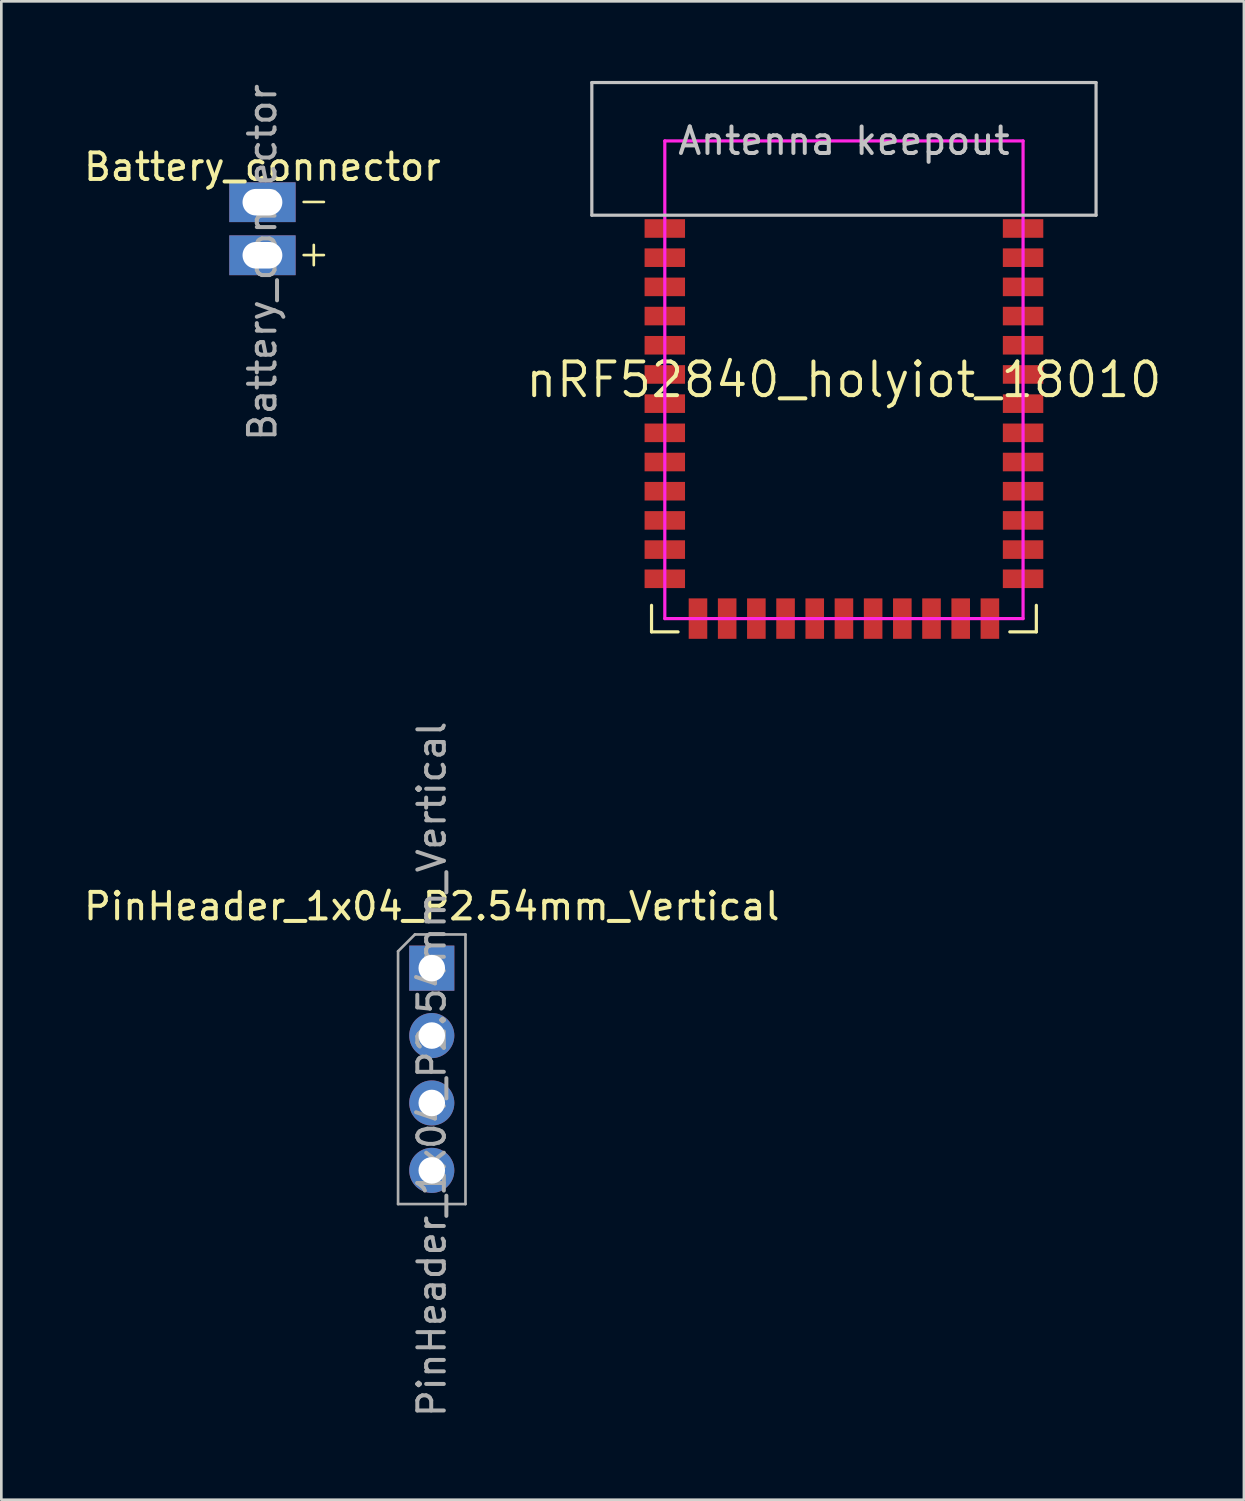
<source format=kicad_pcb>
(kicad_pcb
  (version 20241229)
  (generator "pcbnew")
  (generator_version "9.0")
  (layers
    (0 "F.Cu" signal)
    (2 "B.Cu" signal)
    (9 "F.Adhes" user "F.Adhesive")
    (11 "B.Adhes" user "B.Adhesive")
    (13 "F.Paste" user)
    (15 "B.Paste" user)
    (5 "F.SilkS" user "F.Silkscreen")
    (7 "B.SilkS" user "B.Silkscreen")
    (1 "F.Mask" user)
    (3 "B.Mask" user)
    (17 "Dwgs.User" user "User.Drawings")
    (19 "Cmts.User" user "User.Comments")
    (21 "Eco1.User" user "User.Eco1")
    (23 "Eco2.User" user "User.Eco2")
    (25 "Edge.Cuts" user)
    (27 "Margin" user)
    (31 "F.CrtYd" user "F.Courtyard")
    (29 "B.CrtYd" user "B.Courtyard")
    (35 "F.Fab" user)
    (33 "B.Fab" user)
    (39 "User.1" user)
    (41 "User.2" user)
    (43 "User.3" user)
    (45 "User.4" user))
  (footprint "nRF52840_holyiot_18010"
    (layer "F.Cu")
    (at 28.751 11.26)
    (property "Reference" "nRF52840_holyiot_18010" (at 0 0 0) (layer "F.SilkS") (effects (font (size 1.27 1.27) (thickness 0.15))))
    (attr through_hole exclude_from_pos_files exclude_from_bom)
    (fp_line (start -7.25 8.5) (end -7.25 9.5) (stroke (width 0.12) (type solid)) (layer "F.SilkS"))
    (fp_line (start -6.25 9.5) (end -7.25 9.5) (stroke (width 0.12) (type solid)) (layer "F.SilkS"))
    (fp_line (start 6.25 9.5) (end 7.25 9.5) (stroke (width 0.12) (type solid)) (layer "F.SilkS"))
    (fp_line (start 7.25 8.5) (end 7.25 9.5) (stroke (width 0.12) (type solid)) (layer "F.SilkS"))
    (fp_line (start -9.5 -11.2) (end 9.5 -11.2) (stroke (width 0.12) (type solid)) (layer "Dwgs.User"))
    (fp_line (start -9.5 -6.2) (end -9.5 -11.2) (stroke (width 0.12) (type solid)) (layer "Dwgs.User"))
    (fp_line (start 9.5 -11.2) (end 9.5 -6.2) (stroke (width 0.12) (type solid)) (layer "Dwgs.User"))
    (fp_line (start 9.5 -6.2) (end -9.5 -6.2) (stroke (width 0.12) (type solid)) (layer "Dwgs.User"))
    (fp_line (start -6.75 -9) (end 6.75 -9) (stroke (width 0.12) (type solid)) (layer "F.CrtYd"))
    (fp_line (start -6.75 9) (end -6.75 -9) (stroke (width 0.12) (type solid)) (layer "F.CrtYd"))
    (fp_line (start 6.75 -9) (end 6.75 9) (stroke (width 0.12) (type solid)) (layer "F.CrtYd"))
    (fp_line (start 6.75 9) (end -6.75 9) (stroke (width 0.12) (type solid)) (layer "F.CrtYd"))
    (fp_text user "Antenna keepout" (at 0 -9 180) (layer "Dwgs.User") (effects (font (size 1 1) (thickness 0.15))))
    (pad "1" smd rect (at -6.75 -5.7) (size 1.524 0.7) (layers "F.Cu" "F.Mask" "F.Paste"))
    (pad "2" smd rect (at -6.75 -4.6) (size 1.524 0.7) (layers "F.Cu" "F.Mask" "F.Paste"))
    (pad "3" smd rect (at -6.75 -3.5) (size 1.524 0.7) (layers "F.Cu" "F.Mask" "F.Paste"))
    (pad "4" smd rect (at -6.75 -2.4) (size 1.524 0.7) (layers "F.Cu" "F.Mask" "F.Paste"))
    (pad "5" smd rect (at -6.75 -1.3) (size 1.524 0.7) (layers "F.Cu" "F.Mask" "F.Paste"))
    (pad "6" smd rect (at -6.75 -0.2) (size 1.524 0.7) (layers "F.Cu" "F.Mask" "F.Paste"))
    (pad "7" smd rect (at -6.75 0.9) (size 1.524 0.7) (layers "F.Cu" "F.Mask" "F.Paste"))
    (pad "8" smd rect (at -6.75 2) (size 1.524 0.7) (layers "F.Cu" "F.Mask" "F.Paste"))
    (pad "9" smd rect (at -6.75 3.1) (size 1.524 0.7) (layers "F.Cu" "F.Mask" "F.Paste"))
    (pad "10" smd rect (at -6.75 4.2) (size 1.524 0.7) (layers "F.Cu" "F.Mask" "F.Paste"))
    (pad "11" smd rect (at -6.75 5.3) (size 1.524 0.7) (layers "F.Cu" "F.Mask" "F.Paste"))
    (pad "12" smd rect (at -6.75 6.4) (size 1.524 0.7) (layers "F.Cu" "F.Mask" "F.Paste"))
    (pad "13" smd rect (at -6.75 7.5) (size 1.524 0.7) (layers "F.Cu" "F.Mask" "F.Paste"))
    (pad "14" smd rect (at -5.5 9 90) (size 1.524 0.7) (layers "F.Cu" "F.Mask" "F.Paste"))
    (pad "15" smd rect (at -4.4 9 90) (size 1.524 0.7) (layers "F.Cu" "F.Mask" "F.Paste"))
    (pad "16" smd rect (at -3.3 9 90) (size 1.524 0.7) (layers "F.Cu" "F.Mask" "F.Paste"))
    (pad "17" smd rect (at -2.2 9 90) (size 1.524 0.7) (layers "F.Cu" "F.Mask" "F.Paste"))
    (pad "18" smd rect (at -1.1 9 90) (size 1.524 0.7) (layers "F.Cu" "F.Mask" "F.Paste"))
    (pad "19" smd rect (at 0 9 90) (size 1.524 0.7) (layers "F.Cu" "F.Mask" "F.Paste"))
    (pad "20" smd rect (at 1.1 9 90) (size 1.524 0.7) (layers "F.Cu" "F.Mask" "F.Paste"))
    (pad "21" smd rect (at 2.2 9 90) (size 1.524 0.7) (layers "F.Cu" "F.Mask" "F.Paste"))
    (pad "22" smd rect (at 3.3 9 90) (size 1.524 0.7) (layers "F.Cu" "F.Mask" "F.Paste"))
    (pad "23" smd rect (at 4.4 9 90) (size 1.524 0.7) (layers "F.Cu" "F.Mask" "F.Paste"))
    (pad "24" smd rect (at 5.5 9 90) (size 1.524 0.7) (layers "F.Cu" "F.Mask" "F.Paste"))
    (pad "25" smd rect (at 6.75 7.5 180) (size 1.524 0.7) (layers "F.Cu" "F.Mask" "F.Paste"))
    (pad "26" smd rect (at 6.75 6.4 180) (size 1.524 0.7) (layers "F.Cu" "F.Mask" "F.Paste"))
    (pad "27" smd rect (at 6.75 5.3 180) (size 1.524 0.7) (layers "F.Cu" "F.Mask" "F.Paste"))
    (pad "28" smd rect (at 6.75 4.2 180) (size 1.524 0.7) (layers "F.Cu" "F.Mask" "F.Paste"))
    (pad "29" smd rect (at 6.75 3.1 180) (size 1.524 0.7) (layers "F.Cu" "F.Mask" "F.Paste"))
    (pad "30" smd rect (at 6.75 2 180) (size 1.524 0.7) (layers "F.Cu" "F.Mask" "F.Paste"))
    (pad "31" smd rect (at 6.75 0.9 180) (size 1.524 0.7) (layers "F.Cu" "F.Mask" "F.Paste"))
    (pad "32" smd rect (at 6.75 -0.2 180) (size 1.524 0.7) (layers "F.Cu" "F.Mask" "F.Paste"))
    (pad "33" smd rect (at 6.75 -1.3 180) (size 1.524 0.7) (layers "F.Cu" "F.Mask" "F.Paste"))
    (pad "34" smd rect (at 6.75 -2.4 180) (size 1.524 0.7) (layers "F.Cu" "F.Mask" "F.Paste"))
    (pad "35" smd rect (at 6.75 -3.5 180) (size 1.524 0.7) (layers "F.Cu" "F.Mask" "F.Paste"))
    (pad "36" smd rect (at 6.75 -4.6 180) (size 1.524 0.7) (layers "F.Cu" "F.Mask" "F.Paste"))
    (pad "37" smd rect (at 6.75 -5.7 180) (size 1.524 0.7) (layers "F.Cu" "F.Mask" "F.Paste"))
    (zone (net_name "") (layers "F.Cu" "B.Cu") (name "holyiot-keepout") (hatch edge 0.508) (connect_pads) (min_thickness 0.254) (filled_areas_thickness no) (keepout (tracks not_allowed) (vias not_allowed) (pads not_allowed) (copperpour not_allowed) (footprints not_allowed)) (placement (enabled no)) (fill) (polygon (pts (xy 19.251 0.06) (xy 38.251 0.06) (xy 38.251 5.06) (xy 19.251 5.06)))))
  (footprint "Battery_connector"
    (layer "F.Cu")
    (at 6.839 5.569)
    (property "Reference" "Battery_connector" (at 0 -2.33 0) (layer "F.SilkS") (effects (font (size 1 1) (thickness 0.15))))
    (attr through_hole)
    (fp_text user "-" (at 1.25 -0.5 0) (unlocked yes) (layer "F.SilkS") (effects (font (size 1 1) (thickness 0.1)) (justify left bottom)))
    (fp_text user "+" (at 1.25 1.5 0) (unlocked yes) (layer "F.SilkS") (effects (font (size 1 1) (thickness 0.1)) (justify left bottom)))
    (fp_text user "${REFERENCE}" (at 0 1.27 270) (layer "F.Fab") (effects (font (size 1 1) (thickness 0.15))))
    (pad "1" thru_hole rect (at 0 -1) (size 2.5 1.5) (drill oval 1.5 1) (layers "*.Cu" "*.Mask"))
    (pad "2" thru_hole rect (at 0 1) (size 2.5 1.5) (drill oval 1.5 1) (layers "*.Cu" "*.Mask")))
  (footprint "PinHeader_1x04_P2.54mm_Vertical"
    (layer "F.Cu")
    (at 13.22 33.432)
    (property "Reference" "PinHeader_1x04_P2.54mm_Vertical" (at 0 -2.33 0) (layer "F.SilkS") (effects (font (size 1 1) (thickness 0.15))))
    (attr through_hole)
    (fp_line (start -1.27 -0.635) (end -0.635 -1.27) (stroke (width 0.1) (type solid)) (layer "F.Fab"))
    (fp_line (start -1.27 8.89) (end -1.27 -0.635) (stroke (width 0.1) (type solid)) (layer "F.Fab"))
    (fp_line (start -0.635 -1.27) (end 1.27 -1.27) (stroke (width 0.1) (type solid)) (layer "F.Fab"))
    (fp_line (start 1.27 -1.27) (end 1.27 8.89) (stroke (width 0.1) (type solid)) (layer "F.Fab"))
    (fp_line (start 1.27 8.89) (end -1.27 8.89) (stroke (width 0.1) (type solid)) (layer "F.Fab"))
    (fp_text user "${REFERENCE}" (at 0 3.81 90) (layer "F.Fab") (effects (font (size 1 1) (thickness 0.15))))
    (pad "1" thru_hole rect (at 0 0) (size 1.7 1.7) (drill 1) (layers "*.Cu" "*.Mask"))
    (pad "2" thru_hole oval (at 0 2.54) (size 1.7 1.7) (drill 1) (layers "*.Cu" "*.Mask"))
    (pad "3" thru_hole oval (at 0 5.08) (size 1.7 1.7) (drill 1) (layers "*.Cu" "*.Mask"))
    (pad "4" thru_hole oval (at 0 7.62) (size 1.7 1.7) (drill 1) (layers "*.Cu" "*.Mask")))
  (gr_rect
    (start -3 -3)
    (end 43.823 53.462)
    (stroke (width 0.1) (type default))
    (fill no)
    (layer "Edge.Cuts")))
</source>
